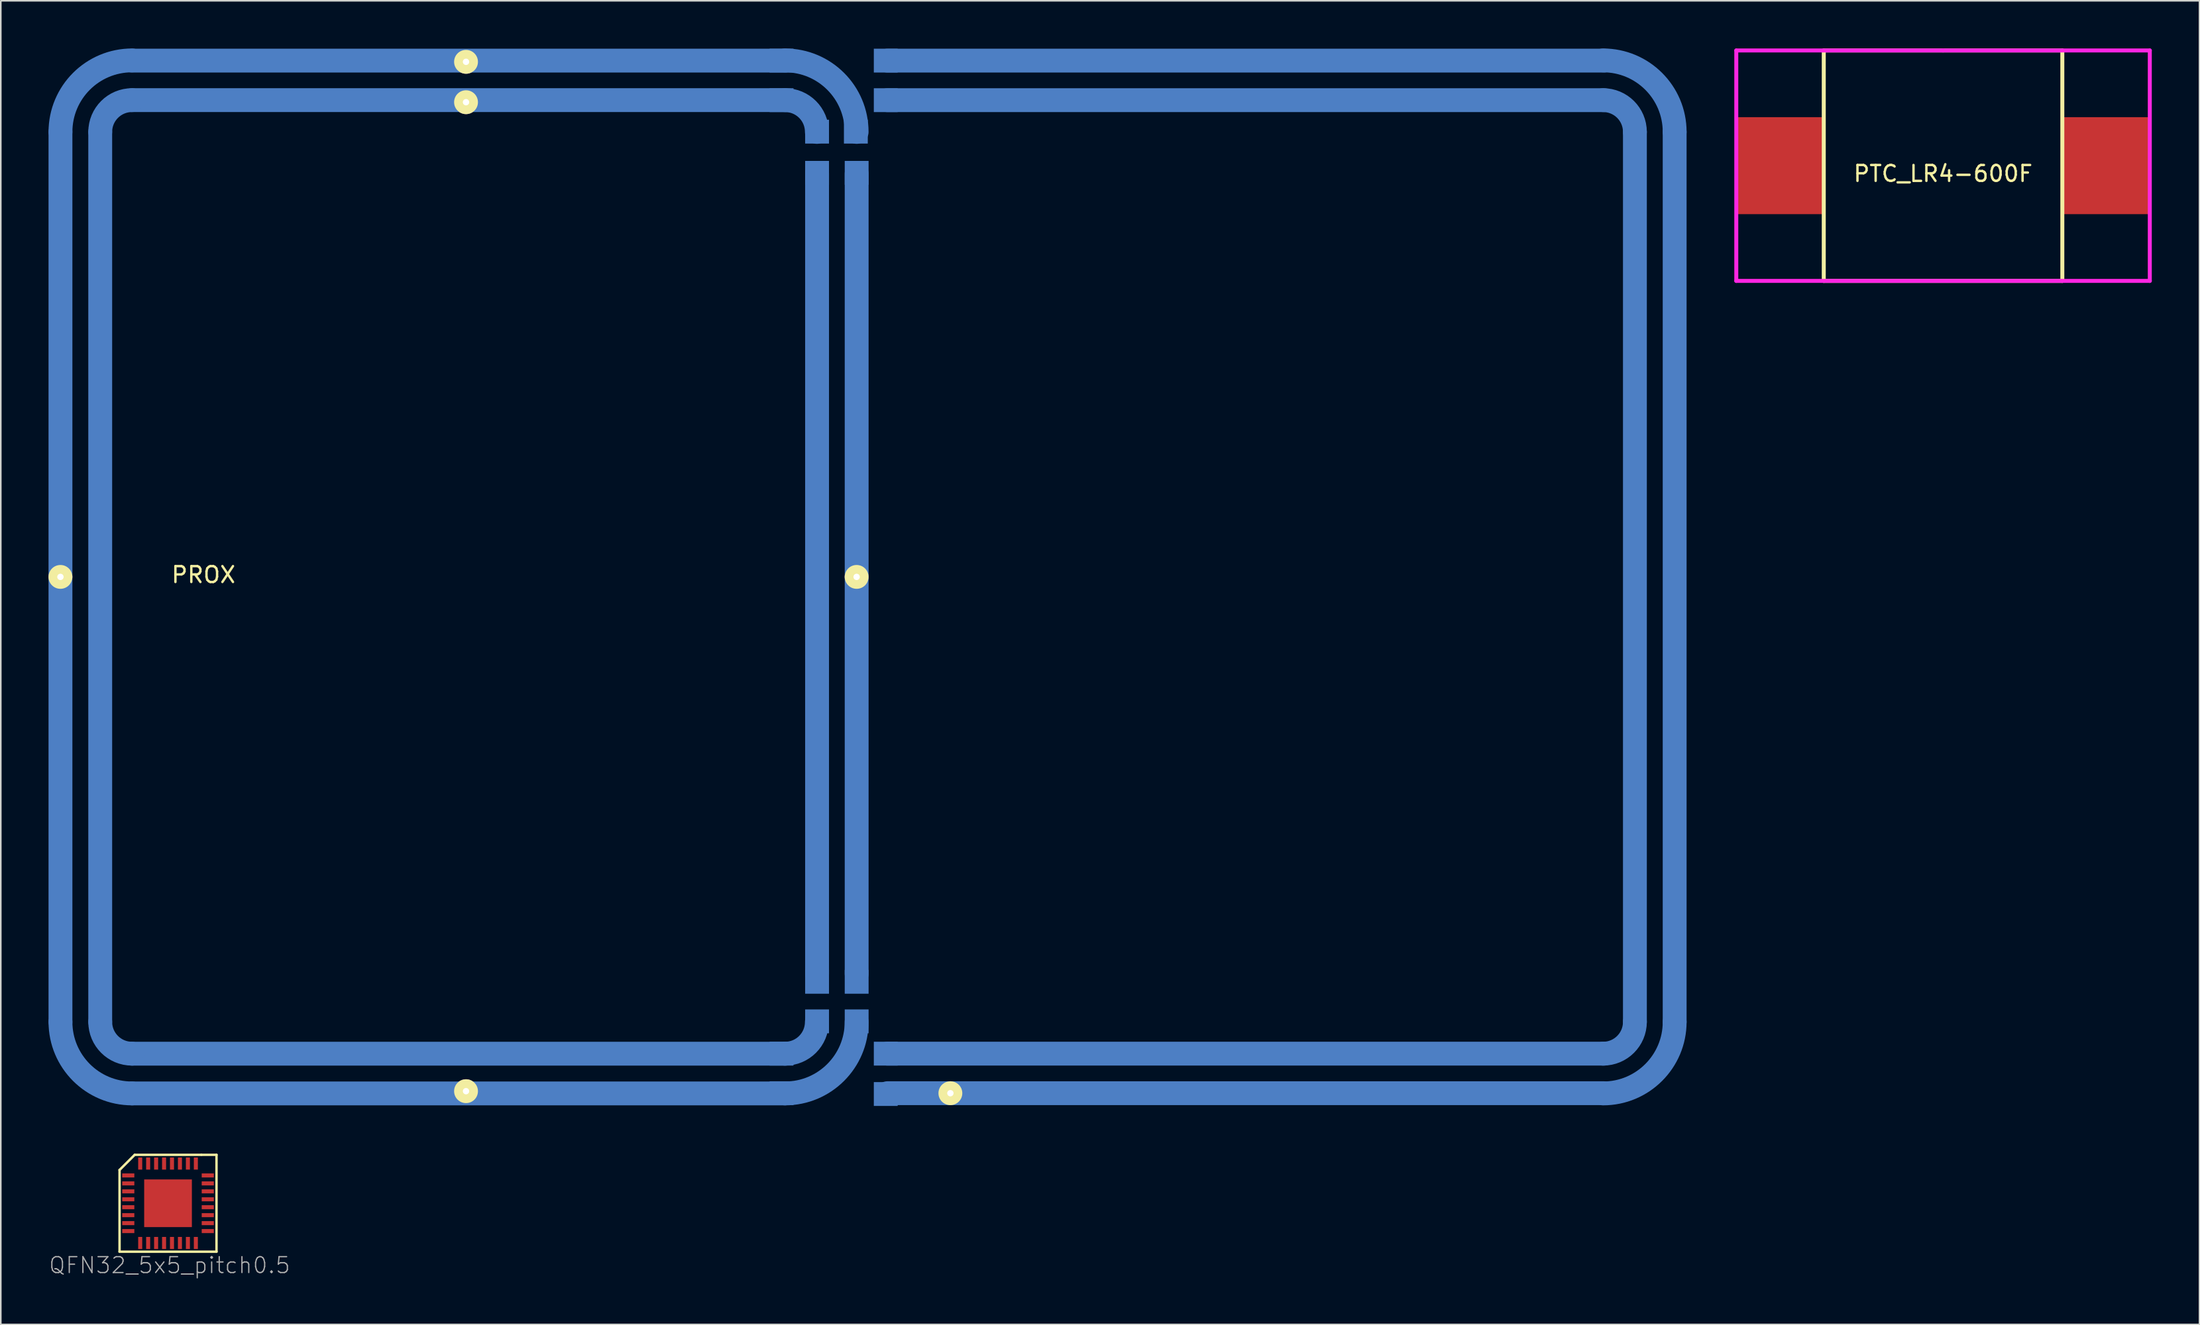
<source format=kicad_pcb>
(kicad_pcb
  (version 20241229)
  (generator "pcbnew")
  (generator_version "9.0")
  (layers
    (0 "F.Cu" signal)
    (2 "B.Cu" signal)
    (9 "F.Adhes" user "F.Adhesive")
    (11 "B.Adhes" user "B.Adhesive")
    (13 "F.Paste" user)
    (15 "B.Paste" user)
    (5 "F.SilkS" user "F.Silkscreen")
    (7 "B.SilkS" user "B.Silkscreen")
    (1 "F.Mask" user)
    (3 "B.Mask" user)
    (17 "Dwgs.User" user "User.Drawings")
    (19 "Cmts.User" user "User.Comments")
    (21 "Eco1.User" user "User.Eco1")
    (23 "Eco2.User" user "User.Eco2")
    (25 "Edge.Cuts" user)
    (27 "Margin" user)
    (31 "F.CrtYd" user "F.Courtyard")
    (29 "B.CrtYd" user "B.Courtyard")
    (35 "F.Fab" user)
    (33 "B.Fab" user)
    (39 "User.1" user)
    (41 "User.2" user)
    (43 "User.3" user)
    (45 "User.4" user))
  (footprint "PROX"
    (layer "F.Cu")
    (at 49.747 33.225)
    (property "Reference" "PROX" (at -40.005 -0.11 0) (layer "F.SilkS") (effects (font (size 1 1) (thickness 0.15))))
    (attr through_hole)
    (fp_line (start -48.995 -27.975) (end -48.995 28.025) (stroke (width 1.5) (type solid)) (layer "B.Cu"))
    (fp_line (start -46.495 -27.975) (end -46.495 28.025) (stroke (width 1.5) (type solid)) (layer "B.Cu"))
    (fp_line (start -44.501 -29.975) (end -3.435 -29.975) (stroke (width 1.5) (type solid)) (layer "B.Cu"))
    (fp_line (start -44.495 -32.461) (end -3.435 -32.461) (stroke (width 1.5) (type solid)) (layer "B.Cu"))
    (fp_line (start -44.495 30.025) (end -3.435 30.025) (stroke (width 1.5) (type solid)) (layer "B.Cu"))
    (fp_line (start -44.495 32.525) (end -3.435 32.525) (stroke (width 1.5) (type solid)) (layer "B.Cu"))
    (fp_line (start -1.422 -25.349) (end -1.422 25) (stroke (width 1.5) (type solid)) (layer "B.Cu"))
    (fp_line (start 1.067 -25.349) (end 1.067 25) (stroke (width 1.5) (type solid)) (layer "B.Cu"))
    (fp_line (start 3 -32.461) (end 48.057 -32.461) (stroke (width 1.5) (type solid)) (layer "B.Cu"))
    (fp_line (start 3 -29.972) (end 48.057 -29.972) (stroke (width 1.5) (type solid)) (layer "B.Cu"))
    (fp_line (start 3 30.023) (end 48.057 30.023) (stroke (width 1.5) (type solid)) (layer "B.Cu"))
    (fp_line (start 3 32.512) (end 48.057 32.512) (stroke (width 1.5) (type solid)) (layer "B.Cu"))
    (fp_line (start 50 -27.975) (end 50 28.025) (stroke (width 1.5) (type solid)) (layer "B.Cu"))
    (fp_line (start 52.5 -27.975) (end 52.5 28.025) (stroke (width 1.5) (type solid)) (layer "B.Cu"))
    (fp_arc (start -48.9948 -27.9746) (mid -47.676781 -31.156581) (end -44.4948 -32.4746) (stroke (width 1.5) (type solid)) (layer "B.Cu"))
    (fp_arc (start -46.4948 -27.9746) (mid -45.909014 -29.388814) (end -44.4948 -29.9746) (stroke (width 1.5) (type solid)) (layer "B.Cu"))
    (fp_arc (start -44.4948 30.0254) (mid -45.909014 29.439614) (end -46.4948 28.0254) (stroke (width 1.5) (type solid)) (layer "B.Cu"))
    (fp_arc (start -44.4948 32.5254) (mid -47.676781 31.207381) (end -48.9948 28.0254) (stroke (width 1.5) (type solid)) (layer "B.Cu"))
    (fp_arc (start -3.435 -32.4746) (mid -0.253019 -31.156581) (end 1.065 -27.9746) (stroke (width 1.5) (type solid)) (layer "B.Cu"))
    (fp_arc (start -3.435 -29.9746) (mid -2.020786 -29.388814) (end -1.435 -27.9746) (stroke (width 1.5) (type solid)) (layer "B.Cu"))
    (fp_arc (start -1.435 28.0254) (mid -2.020786 29.439614) (end -3.435 30.0254) (stroke (width 1.5) (type solid)) (layer "B.Cu"))
    (fp_arc (start 1.065 28.0254) (mid -0.253019 31.207381) (end -3.435 32.5254) (stroke (width 1.5) (type solid)) (layer "B.Cu"))
    (fp_arc (start 48 -32.4746) (mid 51.181981 -31.156581) (end 52.5 -27.9746) (stroke (width 1.5) (type solid)) (layer "B.Cu"))
    (fp_arc (start 48 -29.9746) (mid 49.414214 -29.388814) (end 50 -27.9746) (stroke (width 1.5) (type solid)) (layer "B.Cu"))
    (fp_arc (start 50 28.0254) (mid 49.414214 29.439614) (end 48 30.0254) (stroke (width 1.5) (type solid)) (layer "B.Cu"))
    (fp_arc (start 52.5 28.0254) (mid 51.181981 31.207381) (end 48 32.5254) (stroke (width 1.5) (type solid)) (layer "B.Cu"))
    (pad "1" thru_hole circle (at -23.495 -29.845) (size 1.5 1.5) (drill 0.4) (layers "*.Cu" "*.Mask" "F.SilkS"))
    (pad "2" thru_hole circle (at -23.495 -32.385) (size 1.5 1.5) (drill 0.4) (layers "*.Cu" "*.Mask" "F.SilkS"))
    (pad "3" thru_hole circle (at 1.065 0.025) (size 1.5 1.5) (drill 0.4) (layers "*.Cu" "*.Mask" "F.SilkS"))
    (pad "3" thru_hole circle (at 6.96 32.512) (size 1.5 1.5) (drill 0.4) (layers "*.Cu" "*.Mask" "F.SilkS"))
    (pad "4" thru_hole circle (at -23.495 32.385) (size 1.5 1.5) (drill 0.4) (layers "*.Cu" "*.Mask" "F.SilkS"))
    (pad "5" thru_hole circle (at -48.997 0.025) (size 1.5 1.5) (drill 0.4) (layers "*.Cu" "*.Mask" "F.SilkS"))
    (pad "~ " smd rect (at -3.658 -32.461) (size 1.5 1.5) (layers "B.Cu" "B.Mask" "B.Paste"))
    (pad "~ " smd rect (at -3.658 -29.972) (size 1.5 1.5) (layers "B.Cu" "B.Mask" "B.Paste"))
    (pad "~ " smd rect (at -3.658 30.023) (size 1.5 1.5) (layers "B.Cu" "B.Mask" "B.Paste"))
    (pad "~ " smd rect (at -3.658 32.512) (size 1.5 1.5) (layers "B.Cu" "B.Mask" "B.Paste"))
    (pad "~ " smd rect (at -1.422 -27.991) (size 1.5 1.5) (layers "B.Cu" "B.Mask" "B.Paste"))
    (pad "~ " smd rect (at -1.422 -25.4) (size 1.5 1.5) (layers "B.Cu" "B.Mask" "B.Paste"))
    (pad "~ " smd rect (at -1.422 25.502) (size 1.5 1.5) (layers "B.Cu" "B.Mask" "B.Paste"))
    (pad "~ " smd rect (at -1.422 27.991) (size 1.5 1.5) (layers "B.Cu" "B.Mask" "B.Paste"))
    (pad "~ " smd rect (at 1.016 -27.991) (size 1.5 1.5) (layers "B.Cu" "B.Mask" "B.Paste"))
    (pad "~ " smd rect (at 1.067 -25.4) (size 1.5 1.5) (layers "B.Cu" "B.Mask" "B.Paste"))
    (pad "~ " smd rect (at 1.067 25.502) (size 1.5 1.5) (layers "B.Cu" "B.Mask" "B.Paste"))
    (pad "~ " smd rect (at 1.067 27.991) (size 1.5 1.5) (layers "B.Cu" "B.Mask" "B.Paste"))
    (pad "~ " smd rect (at 2.896 -32.461) (size 1.5 1.5) (layers "B.Cu" "B.Mask" "B.Paste"))
    (pad "~ " smd rect (at 2.896 -29.972) (size 1.5 1.5) (layers "B.Cu" "B.Mask" "B.Paste"))
    (pad "~ " smd rect (at 2.896 30.023) (size 1.5 1.5) (layers "B.Cu" "B.Mask" "B.Paste"))
    (pad "~ " smd rect (at 2.896 32.563) (size 1.5 1.5) (layers "B.Cu" "B.Mask" "B.Paste")))
  (footprint "QFN32_5x5_pitch0.5"
    (placed yes)
    (layer "F.Cu")
    (at 7.515 72.662)
    (property "Reference" "QFN32_5x5_pitch0.5" (at 0.1 3.9 0) (layer "F.Fab") (effects (font (size 1 1) (thickness 0.08))))
    (attr smd)
    (fp_line (start -3.048 -2.095) (end -2.095 -3.048) (stroke (width 0.152) (type solid)) (layer "F.SilkS"))
    (fp_line (start -3.048 3.048) (end -3.048 -2.095) (stroke (width 0.152) (type solid)) (layer "F.SilkS"))
    (fp_line (start -2.095 -3.048) (end 2.095 -3.048) (stroke (width 0.152) (type solid)) (layer "F.SilkS"))
    (fp_line (start 2.095 -3.048) (end 3.048 -3.048) (stroke (width 0.152) (type solid)) (layer "F.SilkS"))
    (fp_line (start 3.048 -3.048) (end 3.048 3.048) (stroke (width 0.152) (type solid)) (layer "F.SilkS"))
    (fp_line (start 3.048 3.048) (end -3.048 3.048) (stroke (width 0.152) (type solid)) (layer "F.SilkS"))
    (pad "1" smd rect (at -2.499 -1.75 90) (size 0.254 0.762) (layers "F.Cu" "F.Mask" "F.Paste"))
    (pad "2" smd rect (at -2.499 -1.25 90) (size 0.254 0.762) (layers "F.Cu" "F.Mask" "F.Paste"))
    (pad "3" smd rect (at -2.499 -0.749 90) (size 0.254 0.762) (layers "F.Cu" "F.Mask" "F.Paste"))
    (pad "4" smd rect (at -2.499 -0.249 90) (size 0.254 0.762) (layers "F.Cu" "F.Mask" "F.Paste"))
    (pad "5" smd rect (at -2.499 0.249 90) (size 0.254 0.762) (layers "F.Cu" "F.Mask" "F.Paste"))
    (pad "6" smd rect (at -2.499 0.749 90) (size 0.254 0.762) (layers "F.Cu" "F.Mask" "F.Paste"))
    (pad "7" smd rect (at -2.499 1.25 90) (size 0.254 0.762) (layers "F.Cu" "F.Mask" "F.Paste"))
    (pad "8" smd rect (at -2.499 1.75 90) (size 0.254 0.762) (layers "F.Cu" "F.Mask" "F.Paste"))
    (pad "9" smd rect (at -1.75 2.499) (size 0.254 0.762) (layers "F.Cu" "F.Mask" "F.Paste"))
    (pad "10" smd rect (at -1.25 2.499) (size 0.254 0.762) (layers "F.Cu" "F.Mask" "F.Paste"))
    (pad "11" smd rect (at -0.749 2.499) (size 0.254 0.762) (layers "F.Cu" "F.Mask" "F.Paste"))
    (pad "12" smd rect (at -0.249 2.499) (size 0.254 0.762) (layers "F.Cu" "F.Mask" "F.Paste"))
    (pad "13" smd rect (at 0.249 2.499) (size 0.254 0.762) (layers "F.Cu" "F.Mask" "F.Paste"))
    (pad "14" smd rect (at 0.749 2.499) (size 0.254 0.762) (layers "F.Cu" "F.Mask" "F.Paste"))
    (pad "15" smd rect (at 1.25 2.499) (size 0.254 0.762) (layers "F.Cu" "F.Mask" "F.Paste"))
    (pad "16" smd rect (at 1.75 2.499) (size 0.254 0.762) (layers "F.Cu" "F.Mask" "F.Paste"))
    (pad "17" smd rect (at 2.499 1.75 90) (size 0.254 0.762) (layers "F.Cu" "F.Mask" "F.Paste"))
    (pad "18" smd rect (at 2.499 1.25 90) (size 0.254 0.762) (layers "F.Cu" "F.Mask" "F.Paste"))
    (pad "19" smd rect (at 2.499 0.749 90) (size 0.254 0.762) (layers "F.Cu" "F.Mask" "F.Paste"))
    (pad "20" smd rect (at 2.499 0.249 90) (size 0.254 0.762) (layers "F.Cu" "F.Mask" "F.Paste"))
    (pad "21" smd rect (at 2.499 -0.249 90) (size 0.254 0.762) (layers "F.Cu" "F.Mask" "F.Paste"))
    (pad "22" smd rect (at 2.499 -0.749 90) (size 0.254 0.762) (layers "F.Cu" "F.Mask" "F.Paste"))
    (pad "23" smd rect (at 2.499 -1.25 90) (size 0.254 0.762) (layers "F.Cu" "F.Mask" "F.Paste"))
    (pad "24" smd rect (at 2.499 -1.75 90) (size 0.254 0.762) (layers "F.Cu" "F.Mask" "F.Paste"))
    (pad "25" smd rect (at 1.75 -2.499) (size 0.254 0.762) (layers "F.Cu" "F.Mask" "F.Paste"))
    (pad "26" smd rect (at 1.25 -2.499) (size 0.254 0.762) (layers "F.Cu" "F.Mask" "F.Paste"))
    (pad "27" smd rect (at 0.749 -2.499) (size 0.254 0.762) (layers "F.Cu" "F.Mask" "F.Paste"))
    (pad "28" smd rect (at 0.249 -2.499) (size 0.254 0.762) (layers "F.Cu" "F.Mask" "F.Paste"))
    (pad "29" smd rect (at -0.249 -2.499) (size 0.254 0.762) (layers "F.Cu" "F.Mask" "F.Paste"))
    (pad "30" smd rect (at -0.749 -2.499) (size 0.254 0.762) (layers "F.Cu" "F.Mask" "F.Paste"))
    (pad "31" smd rect (at -1.25 -2.499) (size 0.254 0.762) (layers "F.Cu" "F.Mask" "F.Paste"))
    (pad "32" smd rect (at -1.75 -2.499) (size 0.254 0.762) (layers "F.Cu" "F.Mask" "F.Paste"))
    (pad "33" smd rect (at 0 0) (size 3 3) (layers "F.Cu" "F.Mask" "F.Paste")))
  (footprint "PTC_LR4-600F"
    (layer "F.Cu")
    (at 119.122 7.375)
    (property "Reference" "PTC_LR4-600F" (at 0 0.5 0) (layer "F.SilkS") (effects (font (size 1 1) (thickness 0.15))))
    (attr through_hole)
    (fp_line (start -7.5 -7.25) (end -7.5 7.25) (stroke (width 0.25) (type solid)) (layer "F.SilkS"))
    (fp_line (start -7.5 -7.25) (end 7.5 -7.25) (stroke (width 0.25) (type solid)) (layer "F.SilkS"))
    (fp_line (start 7.5 -7.25) (end 7.5 7.25) (stroke (width 0.25) (type solid)) (layer "F.SilkS"))
    (fp_line (start 7.5 7.25) (end -7.5 7.25) (stroke (width 0.25) (type solid)) (layer "F.SilkS"))
    (fp_line (start -13 -7.25) (end 0 -7.25) (stroke (width 0.25) (type solid)) (layer "F.CrtYd"))
    (fp_line (start -13 7.25) (end -13 -7.25) (stroke (width 0.25) (type solid)) (layer "F.CrtYd"))
    (fp_line (start 0 -7.25) (end 13 -7.25) (stroke (width 0.25) (type solid)) (layer "F.CrtYd"))
    (fp_line (start 13 -7.25) (end 13 7.25) (stroke (width 0.25) (type solid)) (layer "F.CrtYd"))
    (fp_line (start 13 7.25) (end -13 7.25) (stroke (width 0.25) (type solid)) (layer "F.CrtYd"))
    (pad "1" smd rect (at -10.25 0) (size 5.5 6.1) (layers "F.Cu" "F.Mask" "F.Paste"))
    (pad "2" smd rect (at 10.25 0) (size 5.5 6.1) (layers "F.Cu" "F.Mask" "F.Paste")))
  (gr_rect
    (start -3 -3)
    (end 135.247 80.287)
    (stroke (width 0.1) (type default))
    (fill no)
    (layer "Edge.Cuts")))
</source>
